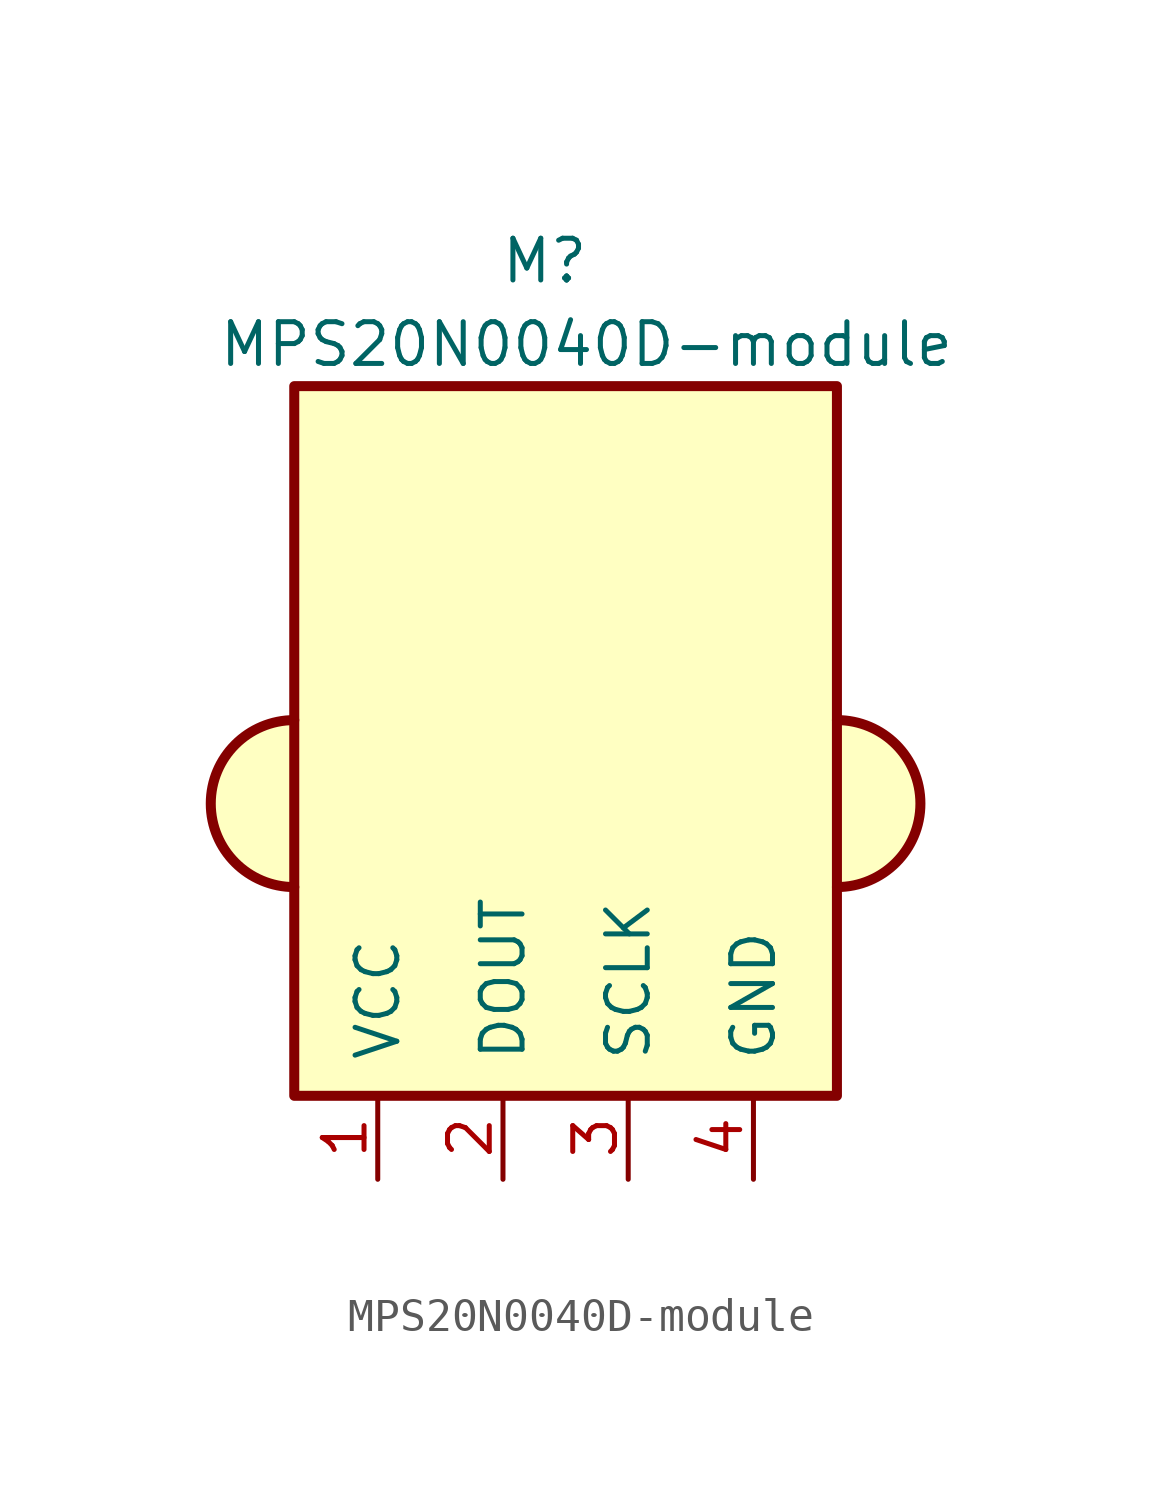
<source format=kicad_sym>
(kicad_symbol_lib
  (version 20211014)
  (generator kicad_symbol_editor)
  (symbol "MPS20N0040D-module"
    (pin_names
      (offset 1.016))
    (property "Reference" "M"
      (at 0 13.97 0)
      (effects (font (size 1.27 1.27))))
    (property "Value" "MPS20N0040D-module"
      (at 1.27 11.43 0)
      (effects (font (size 1.27 1.27))))
    (symbol "MPS20N0040D-module_0_1"
      (rectangle (start -7.62 -11.43) (end 8.89 10.16) (stroke (width 0.305) (type default) (color 0 0 0 0)) (fill (type background)))
      (arc (start -7.62 0) (mid -10.16 -2.54) (end -7.62 -5.08) (stroke (width 0.3048) (type default) (color 0 0 0 0)) (fill (type background)))
      (arc (start 8.89 -5.08) (mid 11.43 -2.54) (end 8.89 0) (stroke (width 0.3048) (type default) (color 0 0 0 0)) (fill (type background))))
    (symbol "MPS20N0040D-module_1_1"
      (pin power_in line (at -5.08 -13.97 90) (length 2.54) (name "VCC" (effects (font (size 1.27 1.27)))) (number "1" (effects (font (size 1.27 1.27)))))
      (pin output line (at -1.27 -13.97 90) (length 2.54) (name "DOUT" (effects (font (size 1.27 1.27)))) (number "2" (effects (font (size 1.27 1.27)))))
      (pin input line (at 2.54 -13.97 90) (length 2.54) (name "SCLK" (effects (font (size 1.27 1.27)))) (number "3" (effects (font (size 1.27 1.27)))))
      (pin power_in line (at 6.35 -13.97 90) (length 2.54) (name "GND" (effects (font (size 1.27 1.27)))) (number "4" (effects (font (size 1.27 1.27))))))))
</source>
